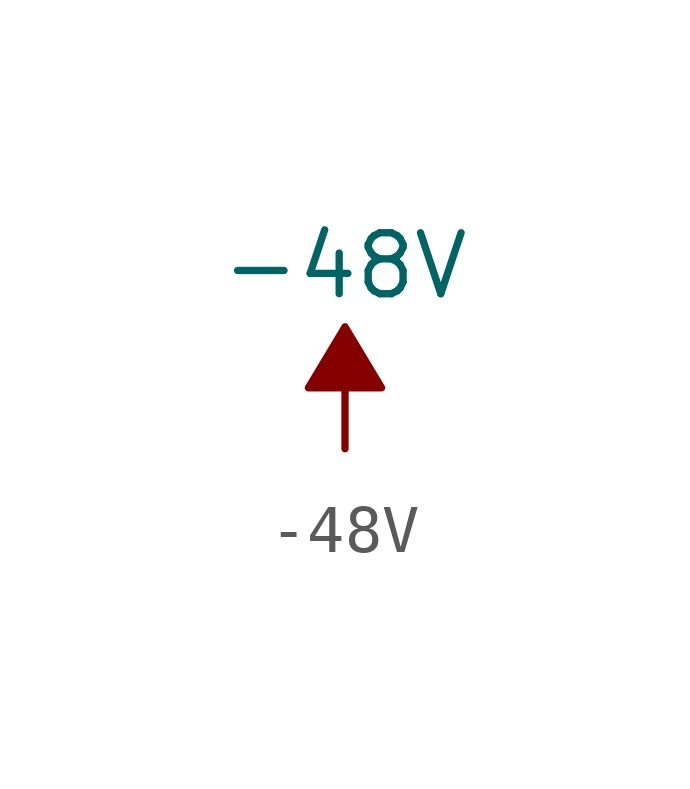
<source format=kicad_sym>
(kicad_symbol_lib
  (version 20211014)
  (generator kicad_symbol_editor)
  (symbol "-48V"
    (power)
    (pin_names
      (offset 0))
    (property "Reference" "#PWR"
      (at 0 2.54 0)
      (effects (font (size 1.27 1.27)) hide))
    (property "Value" "-48V"
      (at 0 3.81 0)
      (effects (font (size 1.27 1.27))))
    (symbol "-48V_0_0"
      (pin power_in line (at 0 0 90) (length 0) hide (name "-48V" (effects (font (size 1.27 1.27)))) (number "1" (effects (font (size 1.27 1.27))))))
    (symbol "-48V_0_1"
      (polyline (pts (xy 0 0) (xy 0 1.27) (xy 0.762 1.27) (xy 0 2.54) (xy -0.762 1.27) (xy 0 1.27)) (stroke (width 0) (type default) (color 0 0 0 0)) (fill (type outline))))))
</source>
